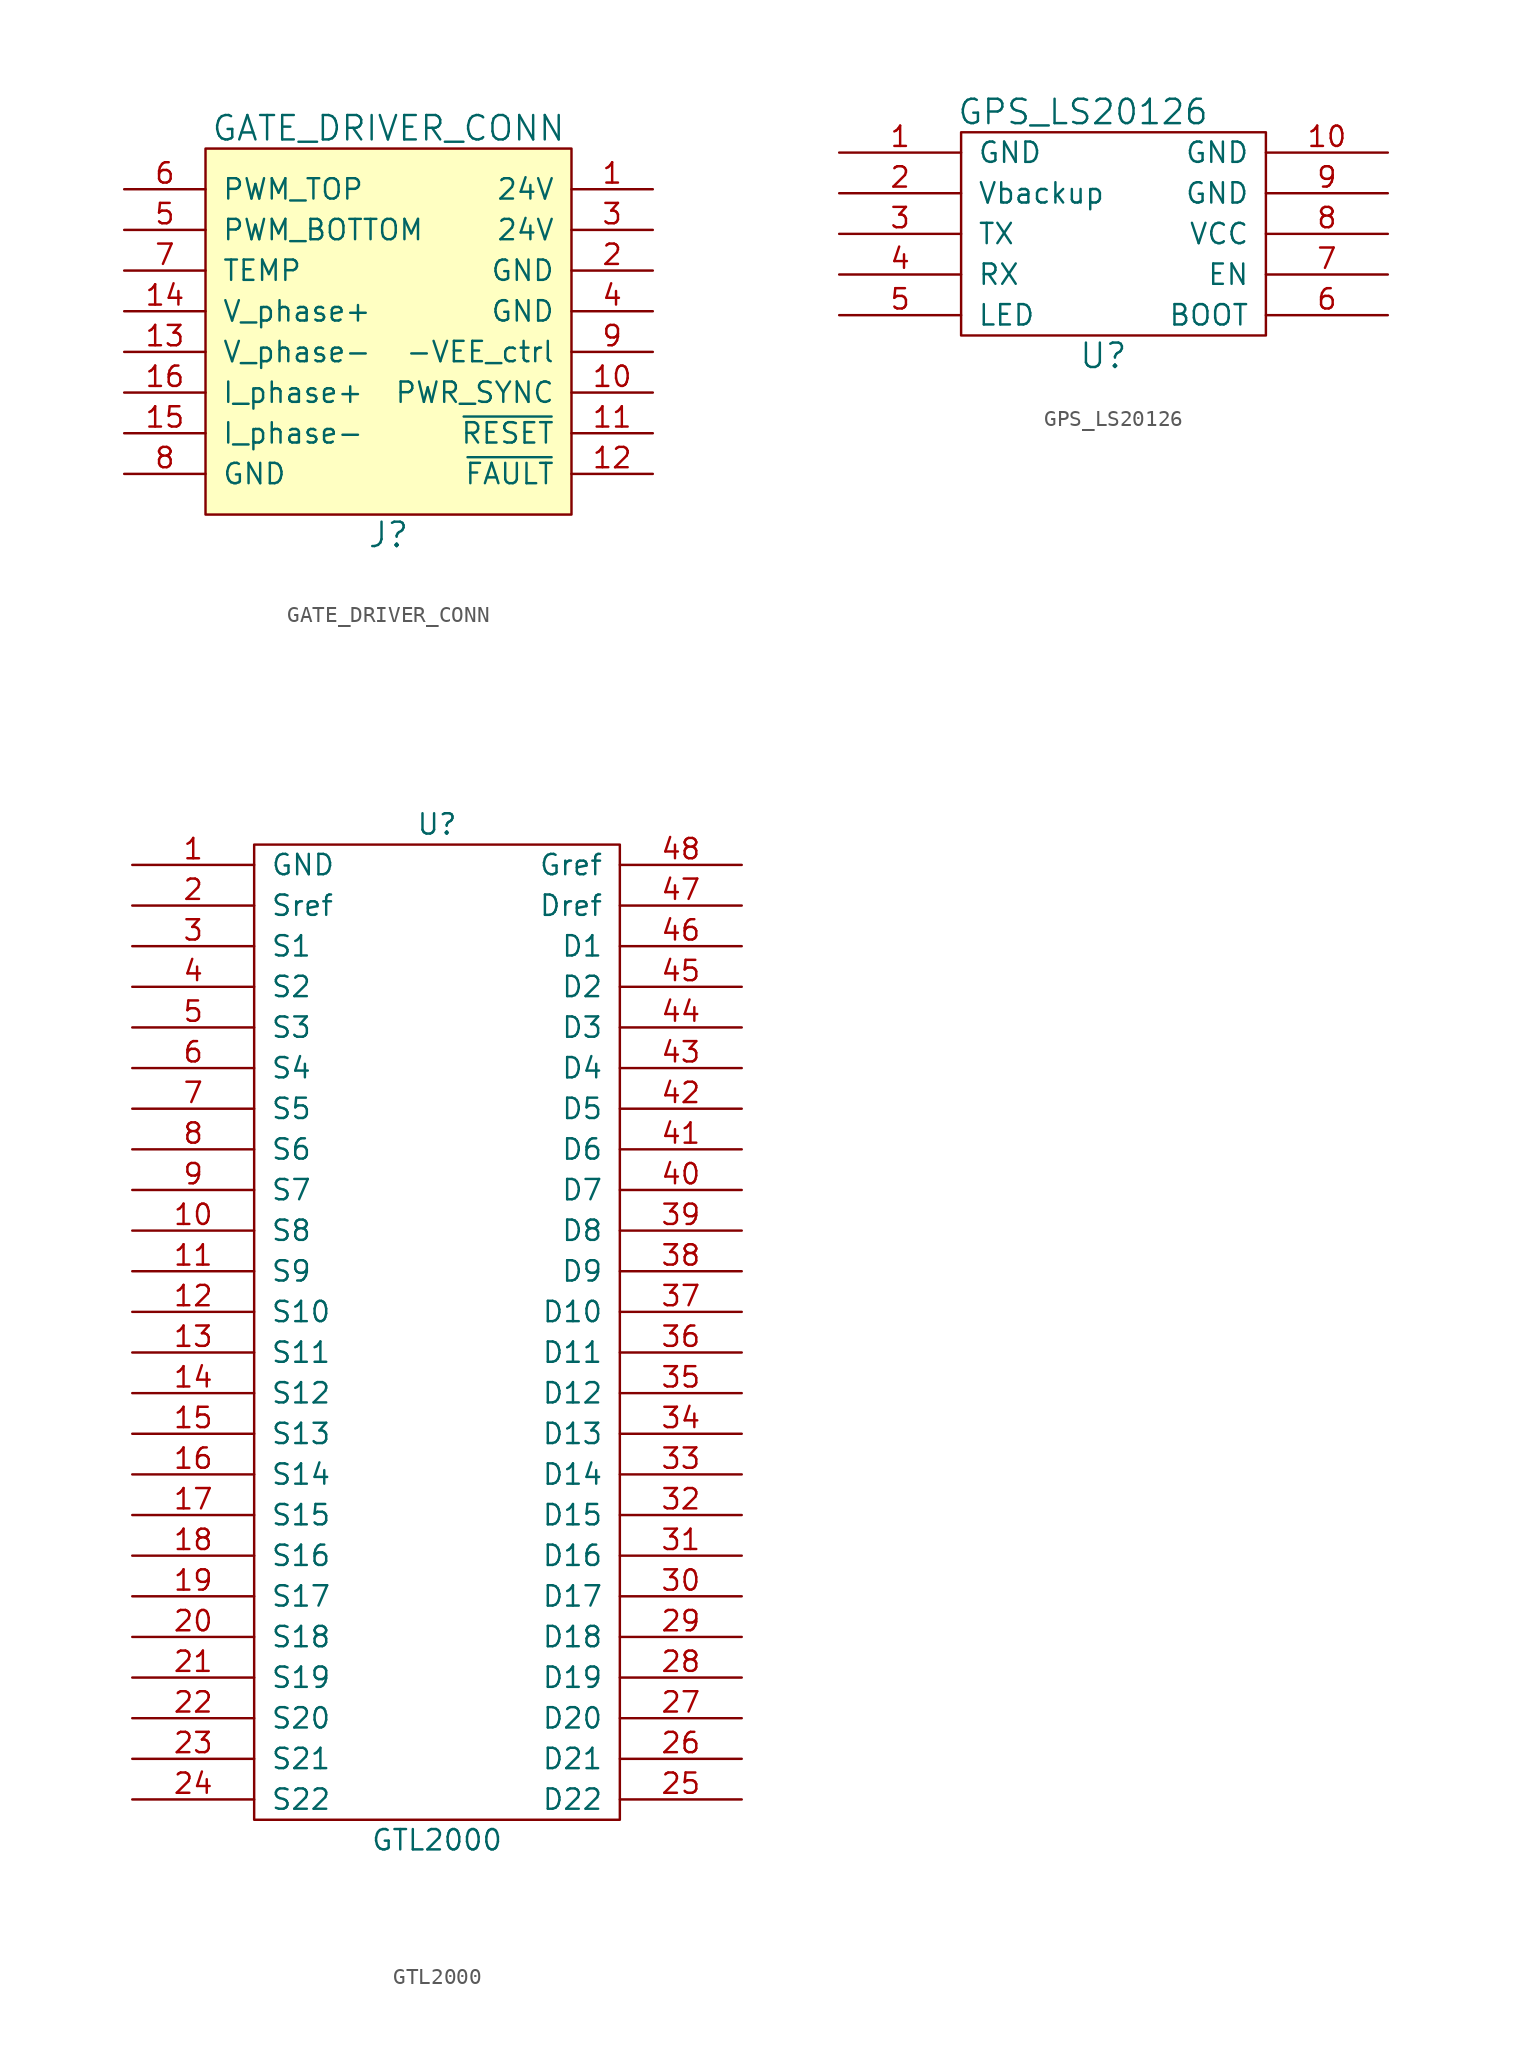
<source format=kicad_sym>
(kicad_symbol_lib
  (version 20211014)
  (generator kicad_symbol_editor)
  (symbol "GATE_DRIVER_CONN"
    (pin_names
      (offset 1.016))
    (property "Reference" "J"
      (at 0 -12.7 0)
      (effects (font (size 1.524 1.524))))
    (property "Value" "GATE_DRIVER_CONN"
      (at 0 12.7 0)
      (effects (font (size 1.524 1.524))))
    (symbol "GATE_DRIVER_CONN_0_1"
      (rectangle (start 11.43 11.43) (end -11.43 -11.43) (stroke (width 0) (type default) (color 0 0 0 0)) (fill (type background))))
    (symbol "GATE_DRIVER_CONN_1_1"
      (pin input line (at 16.51 8.89 180) (length 5.08) (name "24V" (effects (font (size 1.27 1.27)))) (number "1" (effects (font (size 1.27 1.27)))))
      (pin input line (at 16.51 -3.81 180) (length 5.08) (name "PWR_SYNC" (effects (font (size 1.27 1.27)))) (number "10" (effects (font (size 1.27 1.27)))))
      (pin input line (at 16.51 -6.35 180) (length 5.08) (name "~{RESET}" (effects (font (size 1.27 1.27)))) (number "11" (effects (font (size 1.27 1.27)))))
      (pin input line (at 16.51 -8.89 180) (length 5.08) (name "~{FAULT}" (effects (font (size 1.27 1.27)))) (number "12" (effects (font (size 1.27 1.27)))))
      (pin input line (at -16.51 -1.27 0) (length 5.08) (name "V_phase-" (effects (font (size 1.27 1.27)))) (number "13" (effects (font (size 1.27 1.27)))))
      (pin input line (at -16.51 1.27 0) (length 5.08) (name "V_phase+" (effects (font (size 1.27 1.27)))) (number "14" (effects (font (size 1.27 1.27)))))
      (pin input line (at -16.51 -6.35 0) (length 5.08) (name "I_phase-" (effects (font (size 1.27 1.27)))) (number "15" (effects (font (size 1.27 1.27)))))
      (pin input line (at -16.51 -3.81 0) (length 5.08) (name "I_phase+" (effects (font (size 1.27 1.27)))) (number "16" (effects (font (size 1.27 1.27)))))
      (pin input line (at 16.51 3.81 180) (length 5.08) (name "GND" (effects (font (size 1.27 1.27)))) (number "2" (effects (font (size 1.27 1.27)))))
      (pin input line (at 16.51 6.35 180) (length 5.08) (name "24V" (effects (font (size 1.27 1.27)))) (number "3" (effects (font (size 1.27 1.27)))))
      (pin input line (at 16.51 1.27 180) (length 5.08) (name "GND" (effects (font (size 1.27 1.27)))) (number "4" (effects (font (size 1.27 1.27)))))
      (pin input line (at -16.51 6.35 0) (length 5.08) (name "PWM_BOTTOM" (effects (font (size 1.27 1.27)))) (number "5" (effects (font (size 1.27 1.27)))))
      (pin input line (at -16.51 8.89 0) (length 5.08) (name "PWM_TOP" (effects (font (size 1.27 1.27)))) (number "6" (effects (font (size 1.27 1.27)))))
      (pin output line (at -16.51 3.81 0) (length 5.08) (name "TEMP" (effects (font (size 1.27 1.27)))) (number "7" (effects (font (size 1.27 1.27)))))
      (pin input line (at -16.51 -8.89 0) (length 5.08) (name "GND" (effects (font (size 1.27 1.27)))) (number "8" (effects (font (size 1.27 1.27)))))
      (pin input line (at 16.51 -1.27 180) (length 5.08) (name "-VEE_ctrl" (effects (font (size 1.27 1.27)))) (number "9" (effects (font (size 1.27 1.27)))))))
  (symbol "GPS_LS20126"
    (pin_names
      (offset 1.016))
    (property "Reference" "U"
      (at 0 -7.62 0)
      (effects (font (size 1.524 1.524))))
    (property "Value" "GPS_LS20126"
      (at -1.27 7.62 0)
      (effects (font (size 1.524 1.524))))
    (property "Datasheet" ""
      (at 0 0 0)
      (effects (font (size 1.524 1.524))))
    (symbol "GPS_LS20126_0_1"
      (rectangle (start 10.16 6.35) (end -8.89 -6.35) (stroke (width 0) (type default) (color 0 0 0 0)) (fill (type none))))
    (symbol "GPS_LS20126_1_1"
      (pin input line (at -16.51 5.08 0) (length 7.62) (name "GND" (effects (font (size 1.27 1.27)))) (number "1" (effects (font (size 1.27 1.27)))))
      (pin input line (at 17.78 5.08 180) (length 7.62) (name "GND" (effects (font (size 1.27 1.27)))) (number "10" (effects (font (size 1.27 1.27)))))
      (pin input line (at -16.51 2.54 0) (length 7.62) (name "Vbackup" (effects (font (size 1.27 1.27)))) (number "2" (effects (font (size 1.27 1.27)))))
      (pin input line (at -16.51 0 0) (length 7.62) (name "TX" (effects (font (size 1.27 1.27)))) (number "3" (effects (font (size 1.27 1.27)))))
      (pin input line (at -16.51 -2.54 0) (length 7.62) (name "RX" (effects (font (size 1.27 1.27)))) (number "4" (effects (font (size 1.27 1.27)))))
      (pin input line (at -16.51 -5.08 0) (length 7.62) (name "LED" (effects (font (size 1.27 1.27)))) (number "5" (effects (font (size 1.27 1.27)))))
      (pin input line (at 17.78 -5.08 180) (length 7.62) (name "BOOT" (effects (font (size 1.27 1.27)))) (number "6" (effects (font (size 1.27 1.27)))))
      (pin input line (at 17.78 -2.54 180) (length 7.62) (name "EN" (effects (font (size 1.27 1.27)))) (number "7" (effects (font (size 1.27 1.27)))))
      (pin input line (at 17.78 0 180) (length 7.62) (name "VCC" (effects (font (size 1.27 1.27)))) (number "8" (effects (font (size 1.27 1.27)))))
      (pin input line (at 17.78 2.54 180) (length 7.62) (name "GND" (effects (font (size 1.27 1.27)))) (number "9" (effects (font (size 1.27 1.27)))))))
  (symbol "GTL2000"
    (pin_names
      (offset 1.016))
    (property "Reference" "U"
      (at 0 31.75 0)
      (effects (font (size 1.27 1.27))))
    (property "Value" "GTL2000"
      (at 0 -31.75 0)
      (effects (font (size 1.27 1.27))))
    (property "Footprint" ""
      (at 0 0 0)
      (effects (font (size 1.524 1.524))))
    (property "Datasheet" ""
      (at 0 0 0)
      (effects (font (size 1.524 1.524))))
    (symbol "GTL2000_0_1"
      (rectangle (start -11.43 30.48) (end 11.43 -30.48) (stroke (width 0) (type default) (color 0 0 0 0)) (fill (type none))))
    (symbol "GTL2000_1_1"
      (pin input line (at -19.05 29.21 0) (length 7.62) (name "GND" (effects (font (size 1.27 1.27)))) (number "1" (effects (font (size 1.27 1.27)))))
      (pin bidirectional line (at -19.05 6.35 0) (length 7.62) (name "S8" (effects (font (size 1.27 1.27)))) (number "10" (effects (font (size 1.27 1.27)))))
      (pin bidirectional line (at -19.05 3.81 0) (length 7.62) (name "S9" (effects (font (size 1.27 1.27)))) (number "11" (effects (font (size 1.27 1.27)))))
      (pin bidirectional line (at -19.05 1.27 0) (length 7.62) (name "S10" (effects (font (size 1.27 1.27)))) (number "12" (effects (font (size 1.27 1.27)))))
      (pin bidirectional line (at -19.05 -1.27 0) (length 7.62) (name "S11" (effects (font (size 1.27 1.27)))) (number "13" (effects (font (size 1.27 1.27)))))
      (pin bidirectional line (at -19.05 -3.81 0) (length 7.62) (name "S12" (effects (font (size 1.27 1.27)))) (number "14" (effects (font (size 1.27 1.27)))))
      (pin bidirectional line (at -19.05 -6.35 0) (length 7.62) (name "S13" (effects (font (size 1.27 1.27)))) (number "15" (effects (font (size 1.27 1.27)))))
      (pin bidirectional line (at -19.05 -8.89 0) (length 7.62) (name "S14" (effects (font (size 1.27 1.27)))) (number "16" (effects (font (size 1.27 1.27)))))
      (pin bidirectional line (at -19.05 -11.43 0) (length 7.62) (name "S15" (effects (font (size 1.27 1.27)))) (number "17" (effects (font (size 1.27 1.27)))))
      (pin bidirectional line (at -19.05 -13.97 0) (length 7.62) (name "S16" (effects (font (size 1.27 1.27)))) (number "18" (effects (font (size 1.27 1.27)))))
      (pin bidirectional line (at -19.05 -16.51 0) (length 7.62) (name "S17" (effects (font (size 1.27 1.27)))) (number "19" (effects (font (size 1.27 1.27)))))
      (pin input line (at -19.05 26.67 0) (length 7.62) (name "Sref" (effects (font (size 1.27 1.27)))) (number "2" (effects (font (size 1.27 1.27)))))
      (pin bidirectional line (at -19.05 -19.05 0) (length 7.62) (name "S18" (effects (font (size 1.27 1.27)))) (number "20" (effects (font (size 1.27 1.27)))))
      (pin bidirectional line (at -19.05 -21.59 0) (length 7.62) (name "S19" (effects (font (size 1.27 1.27)))) (number "21" (effects (font (size 1.27 1.27)))))
      (pin bidirectional line (at -19.05 -24.13 0) (length 7.62) (name "S20" (effects (font (size 1.27 1.27)))) (number "22" (effects (font (size 1.27 1.27)))))
      (pin bidirectional line (at -19.05 -26.67 0) (length 7.62) (name "S21" (effects (font (size 1.27 1.27)))) (number "23" (effects (font (size 1.27 1.27)))))
      (pin bidirectional line (at -19.05 -29.21 0) (length 7.62) (name "S22" (effects (font (size 1.27 1.27)))) (number "24" (effects (font (size 1.27 1.27)))))
      (pin bidirectional line (at 19.05 -29.21 180) (length 7.62) (name "D22" (effects (font (size 1.27 1.27)))) (number "25" (effects (font (size 1.27 1.27)))))
      (pin bidirectional line (at 19.05 -26.67 180) (length 7.62) (name "D21" (effects (font (size 1.27 1.27)))) (number "26" (effects (font (size 1.27 1.27)))))
      (pin bidirectional line (at 19.05 -24.13 180) (length 7.62) (name "D20" (effects (font (size 1.27 1.27)))) (number "27" (effects (font (size 1.27 1.27)))))
      (pin bidirectional line (at 19.05 -21.59 180) (length 7.62) (name "D19" (effects (font (size 1.27 1.27)))) (number "28" (effects (font (size 1.27 1.27)))))
      (pin bidirectional line (at 19.05 -19.05 180) (length 7.62) (name "D18" (effects (font (size 1.27 1.27)))) (number "29" (effects (font (size 1.27 1.27)))))
      (pin bidirectional line (at -19.05 24.13 0) (length 7.62) (name "S1" (effects (font (size 1.27 1.27)))) (number "3" (effects (font (size 1.27 1.27)))))
      (pin bidirectional line (at 19.05 -16.51 180) (length 7.62) (name "D17" (effects (font (size 1.27 1.27)))) (number "30" (effects (font (size 1.27 1.27)))))
      (pin bidirectional line (at 19.05 -13.97 180) (length 7.62) (name "D16" (effects (font (size 1.27 1.27)))) (number "31" (effects (font (size 1.27 1.27)))))
      (pin bidirectional line (at 19.05 -11.43 180) (length 7.62) (name "D15" (effects (font (size 1.27 1.27)))) (number "32" (effects (font (size 1.27 1.27)))))
      (pin bidirectional line (at 19.05 -8.89 180) (length 7.62) (name "D14" (effects (font (size 1.27 1.27)))) (number "33" (effects (font (size 1.27 1.27)))))
      (pin bidirectional line (at 19.05 -6.35 180) (length 7.62) (name "D13" (effects (font (size 1.27 1.27)))) (number "34" (effects (font (size 1.27 1.27)))))
      (pin bidirectional line (at 19.05 -3.81 180) (length 7.62) (name "D12" (effects (font (size 1.27 1.27)))) (number "35" (effects (font (size 1.27 1.27)))))
      (pin bidirectional line (at 19.05 -1.27 180) (length 7.62) (name "D11" (effects (font (size 1.27 1.27)))) (number "36" (effects (font (size 1.27 1.27)))))
      (pin bidirectional line (at 19.05 1.27 180) (length 7.62) (name "D10" (effects (font (size 1.27 1.27)))) (number "37" (effects (font (size 1.27 1.27)))))
      (pin bidirectional line (at 19.05 3.81 180) (length 7.62) (name "D9" (effects (font (size 1.27 1.27)))) (number "38" (effects (font (size 1.27 1.27)))))
      (pin bidirectional line (at 19.05 6.35 180) (length 7.62) (name "D8" (effects (font (size 1.27 1.27)))) (number "39" (effects (font (size 1.27 1.27)))))
      (pin bidirectional line (at -19.05 21.59 0) (length 7.62) (name "S2" (effects (font (size 1.27 1.27)))) (number "4" (effects (font (size 1.27 1.27)))))
      (pin bidirectional line (at 19.05 8.89 180) (length 7.62) (name "D7" (effects (font (size 1.27 1.27)))) (number "40" (effects (font (size 1.27 1.27)))))
      (pin bidirectional line (at 19.05 11.43 180) (length 7.62) (name "D6" (effects (font (size 1.27 1.27)))) (number "41" (effects (font (size 1.27 1.27)))))
      (pin bidirectional line (at 19.05 13.97 180) (length 7.62) (name "D5" (effects (font (size 1.27 1.27)))) (number "42" (effects (font (size 1.27 1.27)))))
      (pin bidirectional line (at 19.05 16.51 180) (length 7.62) (name "D4" (effects (font (size 1.27 1.27)))) (number "43" (effects (font (size 1.27 1.27)))))
      (pin bidirectional line (at 19.05 19.05 180) (length 7.62) (name "D3" (effects (font (size 1.27 1.27)))) (number "44" (effects (font (size 1.27 1.27)))))
      (pin bidirectional line (at 19.05 21.59 180) (length 7.62) (name "D2" (effects (font (size 1.27 1.27)))) (number "45" (effects (font (size 1.27 1.27)))))
      (pin bidirectional line (at 19.05 24.13 180) (length 7.62) (name "D1" (effects (font (size 1.27 1.27)))) (number "46" (effects (font (size 1.27 1.27)))))
      (pin input line (at 19.05 26.67 180) (length 7.62) (name "Dref" (effects (font (size 1.27 1.27)))) (number "47" (effects (font (size 1.27 1.27)))))
      (pin input line (at 19.05 29.21 180) (length 7.62) (name "Gref" (effects (font (size 1.27 1.27)))) (number "48" (effects (font (size 1.27 1.27)))))
      (pin bidirectional line (at -19.05 19.05 0) (length 7.62) (name "S3" (effects (font (size 1.27 1.27)))) (number "5" (effects (font (size 1.27 1.27)))))
      (pin bidirectional line (at -19.05 16.51 0) (length 7.62) (name "S4" (effects (font (size 1.27 1.27)))) (number "6" (effects (font (size 1.27 1.27)))))
      (pin bidirectional line (at -19.05 13.97 0) (length 7.62) (name "S5" (effects (font (size 1.27 1.27)))) (number "7" (effects (font (size 1.27 1.27)))))
      (pin bidirectional line (at -19.05 11.43 0) (length 7.62) (name "S6" (effects (font (size 1.27 1.27)))) (number "8" (effects (font (size 1.27 1.27)))))
      (pin bidirectional line (at -19.05 8.89 0) (length 7.62) (name "S7" (effects (font (size 1.27 1.27)))) (number "9" (effects (font (size 1.27 1.27))))))))
</source>
